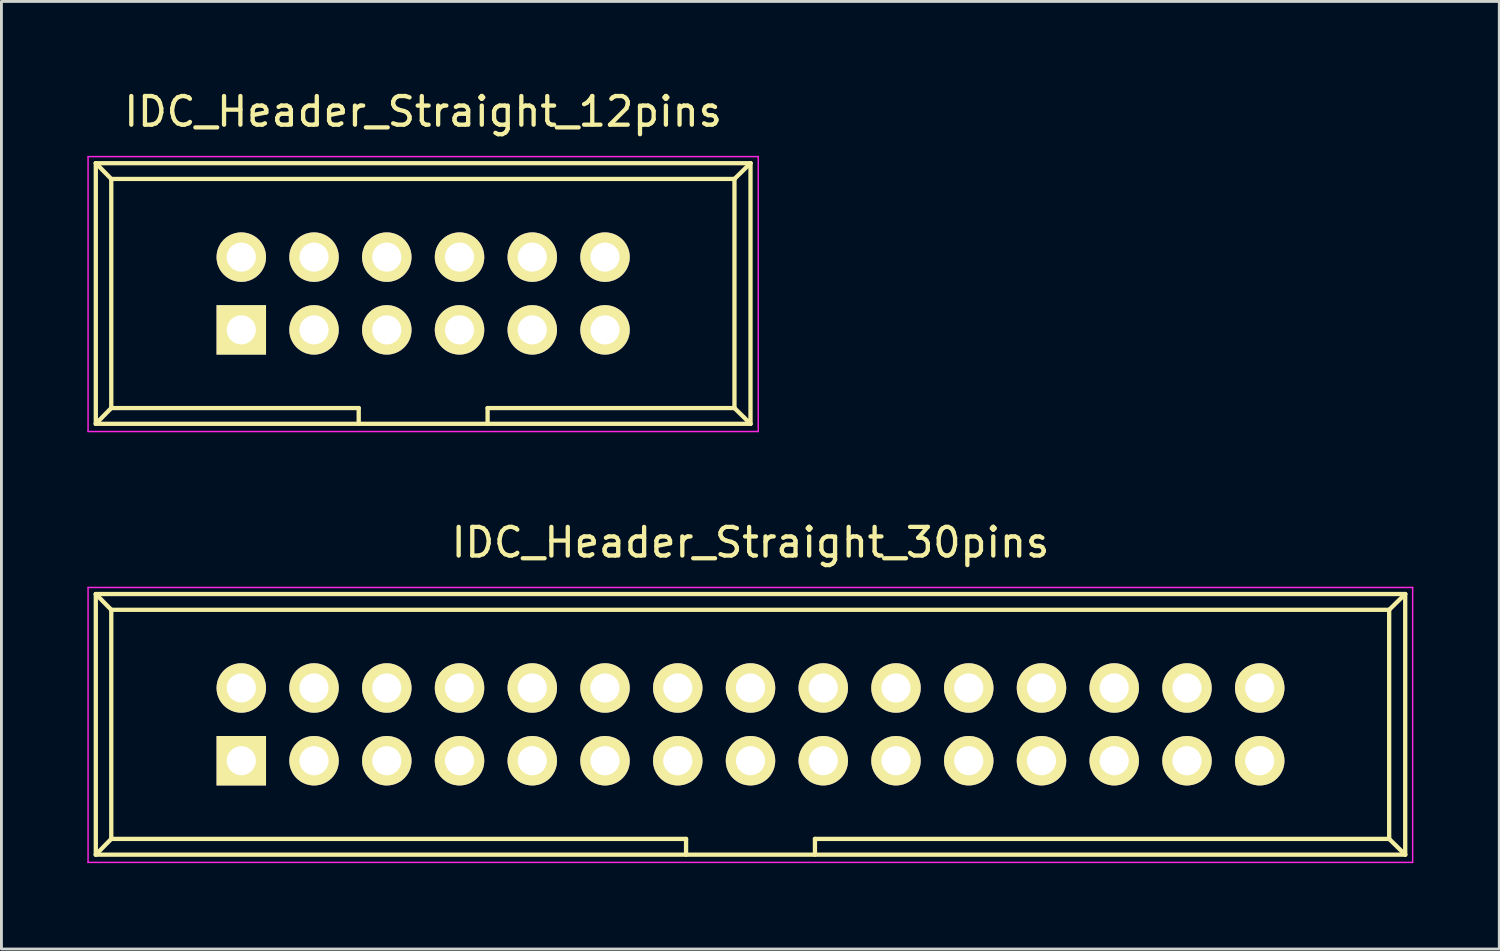
<source format=kicad_pcb>
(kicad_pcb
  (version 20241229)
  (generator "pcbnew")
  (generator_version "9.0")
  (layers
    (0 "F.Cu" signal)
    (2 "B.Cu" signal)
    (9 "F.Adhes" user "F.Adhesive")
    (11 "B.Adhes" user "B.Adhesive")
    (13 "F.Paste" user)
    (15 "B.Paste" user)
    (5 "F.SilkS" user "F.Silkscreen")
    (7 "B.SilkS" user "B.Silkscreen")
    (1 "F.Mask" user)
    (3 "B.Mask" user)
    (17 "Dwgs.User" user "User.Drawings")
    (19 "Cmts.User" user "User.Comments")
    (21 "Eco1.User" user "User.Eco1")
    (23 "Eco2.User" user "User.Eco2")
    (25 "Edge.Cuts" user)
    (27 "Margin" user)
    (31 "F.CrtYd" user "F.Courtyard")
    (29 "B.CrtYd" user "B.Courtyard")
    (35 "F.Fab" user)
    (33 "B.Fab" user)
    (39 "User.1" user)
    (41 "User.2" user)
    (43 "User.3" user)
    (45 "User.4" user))
  (footprint "IDC_Header_Straight_12pins"
    (layer "F.Cu")
    (at 5.375 8.468)
    (property "Reference" "IDC_Header_Straight_12pins" (at 6.35 -7.62 0) (layer "F.SilkS") (effects (font (size 1 1) (thickness 0.15))))
    (attr through_hole)
    (fp_line (start -5.08 -5.82) (end -5.08 3.28) (stroke (width 0.15) (type solid)) (layer "F.SilkS"))
    (fp_line (start -5.08 -5.82) (end -4.54 -5.27) (stroke (width 0.15) (type solid)) (layer "F.SilkS"))
    (fp_line (start -5.08 -5.82) (end 17.78 -5.82) (stroke (width 0.15) (type solid)) (layer "F.SilkS"))
    (fp_line (start -5.08 3.28) (end -4.54 2.73) (stroke (width 0.15) (type solid)) (layer "F.SilkS"))
    (fp_line (start -5.08 3.28) (end 17.78 3.28) (stroke (width 0.15) (type solid)) (layer "F.SilkS"))
    (fp_line (start -4.54 -5.27) (end -4.54 2.73) (stroke (width 0.15) (type solid)) (layer "F.SilkS"))
    (fp_line (start -4.54 -5.27) (end 17.22 -5.27) (stroke (width 0.15) (type solid)) (layer "F.SilkS"))
    (fp_line (start -4.54 2.73) (end 4.1 2.73) (stroke (width 0.15) (type solid)) (layer "F.SilkS"))
    (fp_line (start 4.1 2.73) (end 4.1 3.28) (stroke (width 0.15) (type solid)) (layer "F.SilkS"))
    (fp_line (start 8.6 2.73) (end 8.6 3.28) (stroke (width 0.15) (type solid)) (layer "F.SilkS"))
    (fp_line (start 8.6 2.73) (end 17.22 2.73) (stroke (width 0.15) (type solid)) (layer "F.SilkS"))
    (fp_line (start 17.22 -5.27) (end 17.22 2.73) (stroke (width 0.15) (type solid)) (layer "F.SilkS"))
    (fp_line (start 17.78 -5.82) (end 17.22 -5.27) (stroke (width 0.15) (type solid)) (layer "F.SilkS"))
    (fp_line (start 17.78 -5.82) (end 17.78 3.28) (stroke (width 0.15) (type solid)) (layer "F.SilkS"))
    (fp_line (start 17.78 3.28) (end 17.22 2.73) (stroke (width 0.15) (type solid)) (layer "F.SilkS"))
    (fp_line (start -5.35 -6.05) (end 18.05 -6.05) (stroke (width 0.05) (type solid)) (layer "F.CrtYd"))
    (fp_line (start -5.35 3.55) (end -5.35 -6.05) (stroke (width 0.05) (type solid)) (layer "F.CrtYd"))
    (fp_line (start 18.05 -6.05) (end 18.05 3.55) (stroke (width 0.05) (type solid)) (layer "F.CrtYd"))
    (fp_line (start 18.05 3.55) (end -5.35 3.55) (stroke (width 0.05) (type solid)) (layer "F.CrtYd"))
    (pad "1" thru_hole rect (at 0 0) (size 1.727 1.727) (drill 1.016) (layers "*.Cu" "*.Mask" "F.SilkS"))
    (pad "2" thru_hole oval (at 0 -2.54) (size 1.727 1.727) (drill 1.016) (layers "*.Cu" "*.Mask" "F.SilkS"))
    (pad "3" thru_hole oval (at 2.54 0) (size 1.727 1.727) (drill 1.016) (layers "*.Cu" "*.Mask" "F.SilkS"))
    (pad "4" thru_hole oval (at 2.54 -2.54) (size 1.727 1.727) (drill 1.016) (layers "*.Cu" "*.Mask" "F.SilkS"))
    (pad "5" thru_hole oval (at 5.08 0) (size 1.727 1.727) (drill 1.016) (layers "*.Cu" "*.Mask" "F.SilkS"))
    (pad "6" thru_hole oval (at 5.08 -2.54) (size 1.727 1.727) (drill 1.016) (layers "*.Cu" "*.Mask" "F.SilkS"))
    (pad "7" thru_hole oval (at 7.62 0) (size 1.727 1.727) (drill 1.016) (layers "*.Cu" "*.Mask" "F.SilkS"))
    (pad "8" thru_hole oval (at 7.62 -2.54) (size 1.727 1.727) (drill 1.016) (layers "*.Cu" "*.Mask" "F.SilkS"))
    (pad "9" thru_hole oval (at 10.16 0) (size 1.727 1.727) (drill 1.016) (layers "*.Cu" "*.Mask" "F.SilkS"))
    (pad "10" thru_hole oval (at 10.16 -2.54) (size 1.727 1.727) (drill 1.016) (layers "*.Cu" "*.Mask" "F.SilkS"))
    (pad "11" thru_hole oval (at 12.7 0) (size 1.727 1.727) (drill 1.016) (layers "*.Cu" "*.Mask" "F.SilkS"))
    (pad "12" thru_hole oval (at 12.7 -2.54) (size 1.727 1.727) (drill 1.016) (layers "*.Cu" "*.Mask" "F.SilkS")))
  (footprint "IDC_Header_Straight_30pins"
    (layer "F.Cu")
    (at 5.375 23.512)
    (property "Reference" "IDC_Header_Straight_30pins" (at 17.78 -7.62 0) (layer "F.SilkS") (effects (font (size 1 1) (thickness 0.15))))
    (attr through_hole)
    (fp_line (start -5.08 -5.82) (end -5.08 3.28) (stroke (width 0.15) (type solid)) (layer "F.SilkS"))
    (fp_line (start -5.08 -5.82) (end -4.54 -5.27) (stroke (width 0.15) (type solid)) (layer "F.SilkS"))
    (fp_line (start -5.08 -5.82) (end 40.64 -5.82) (stroke (width 0.15) (type solid)) (layer "F.SilkS"))
    (fp_line (start -5.08 3.28) (end -4.54 2.73) (stroke (width 0.15) (type solid)) (layer "F.SilkS"))
    (fp_line (start -5.08 3.28) (end 40.64 3.28) (stroke (width 0.15) (type solid)) (layer "F.SilkS"))
    (fp_line (start -4.54 -5.27) (end -4.54 2.73) (stroke (width 0.15) (type solid)) (layer "F.SilkS"))
    (fp_line (start -4.54 -5.27) (end 40.08 -5.27) (stroke (width 0.15) (type solid)) (layer "F.SilkS"))
    (fp_line (start -4.54 2.73) (end 15.53 2.73) (stroke (width 0.15) (type solid)) (layer "F.SilkS"))
    (fp_line (start 15.53 2.73) (end 15.53 3.28) (stroke (width 0.15) (type solid)) (layer "F.SilkS"))
    (fp_line (start 20.03 2.73) (end 20.03 3.28) (stroke (width 0.15) (type solid)) (layer "F.SilkS"))
    (fp_line (start 20.03 2.73) (end 40.08 2.73) (stroke (width 0.15) (type solid)) (layer "F.SilkS"))
    (fp_line (start 40.08 -5.27) (end 40.08 2.73) (stroke (width 0.15) (type solid)) (layer "F.SilkS"))
    (fp_line (start 40.64 -5.82) (end 40.08 -5.27) (stroke (width 0.15) (type solid)) (layer "F.SilkS"))
    (fp_line (start 40.64 -5.82) (end 40.64 3.28) (stroke (width 0.15) (type solid)) (layer "F.SilkS"))
    (fp_line (start 40.64 3.28) (end 40.08 2.73) (stroke (width 0.15) (type solid)) (layer "F.SilkS"))
    (fp_line (start -5.35 -6.05) (end 40.9 -6.05) (stroke (width 0.05) (type solid)) (layer "F.CrtYd"))
    (fp_line (start -5.35 3.55) (end -5.35 -6.05) (stroke (width 0.05) (type solid)) (layer "F.CrtYd"))
    (fp_line (start 40.9 -6.05) (end 40.9 3.55) (stroke (width 0.05) (type solid)) (layer "F.CrtYd"))
    (fp_line (start 40.9 3.55) (end -5.35 3.55) (stroke (width 0.05) (type solid)) (layer "F.CrtYd"))
    (pad "1" thru_hole rect (at 0 0) (size 1.727 1.727) (drill 1.016) (layers "*.Cu" "*.Mask" "F.SilkS"))
    (pad "2" thru_hole oval (at 0 -2.54) (size 1.727 1.727) (drill 1.016) (layers "*.Cu" "*.Mask" "F.SilkS"))
    (pad "3" thru_hole oval (at 2.54 0) (size 1.727 1.727) (drill 1.016) (layers "*.Cu" "*.Mask" "F.SilkS"))
    (pad "4" thru_hole oval (at 2.54 -2.54) (size 1.727 1.727) (drill 1.016) (layers "*.Cu" "*.Mask" "F.SilkS"))
    (pad "5" thru_hole oval (at 5.08 0) (size 1.727 1.727) (drill 1.016) (layers "*.Cu" "*.Mask" "F.SilkS"))
    (pad "6" thru_hole oval (at 5.08 -2.54) (size 1.727 1.727) (drill 1.016) (layers "*.Cu" "*.Mask" "F.SilkS"))
    (pad "7" thru_hole oval (at 7.62 0) (size 1.727 1.727) (drill 1.016) (layers "*.Cu" "*.Mask" "F.SilkS"))
    (pad "8" thru_hole oval (at 7.62 -2.54) (size 1.727 1.727) (drill 1.016) (layers "*.Cu" "*.Mask" "F.SilkS"))
    (pad "9" thru_hole oval (at 10.16 0) (size 1.727 1.727) (drill 1.016) (layers "*.Cu" "*.Mask" "F.SilkS"))
    (pad "10" thru_hole oval (at 10.16 -2.54) (size 1.727 1.727) (drill 1.016) (layers "*.Cu" "*.Mask" "F.SilkS"))
    (pad "11" thru_hole oval (at 12.7 0) (size 1.727 1.727) (drill 1.016) (layers "*.Cu" "*.Mask" "F.SilkS"))
    (pad "12" thru_hole oval (at 12.7 -2.54) (size 1.727 1.727) (drill 1.016) (layers "*.Cu" "*.Mask" "F.SilkS"))
    (pad "13" thru_hole oval (at 15.24 0) (size 1.727 1.727) (drill 1.016) (layers "*.Cu" "*.Mask" "F.SilkS"))
    (pad "14" thru_hole oval (at 15.24 -2.54) (size 1.727 1.727) (drill 1.016) (layers "*.Cu" "*.Mask" "F.SilkS"))
    (pad "15" thru_hole oval (at 17.78 0) (size 1.727 1.727) (drill 1.016) (layers "*.Cu" "*.Mask" "F.SilkS"))
    (pad "16" thru_hole oval (at 17.78 -2.54) (size 1.727 1.727) (drill 1.016) (layers "*.Cu" "*.Mask" "F.SilkS"))
    (pad "17" thru_hole oval (at 20.32 0) (size 1.727 1.727) (drill 1.016) (layers "*.Cu" "*.Mask" "F.SilkS"))
    (pad "18" thru_hole oval (at 20.32 -2.54) (size 1.727 1.727) (drill 1.016) (layers "*.Cu" "*.Mask" "F.SilkS"))
    (pad "19" thru_hole oval (at 22.86 0) (size 1.727 1.727) (drill 1.016) (layers "*.Cu" "*.Mask" "F.SilkS"))
    (pad "20" thru_hole oval (at 22.86 -2.54) (size 1.727 1.727) (drill 1.016) (layers "*.Cu" "*.Mask" "F.SilkS"))
    (pad "21" thru_hole oval (at 25.4 0) (size 1.727 1.727) (drill 1.016) (layers "*.Cu" "*.Mask" "F.SilkS"))
    (pad "22" thru_hole oval (at 25.4 -2.54) (size 1.727 1.727) (drill 1.016) (layers "*.Cu" "*.Mask" "F.SilkS"))
    (pad "23" thru_hole oval (at 27.94 0) (size 1.727 1.727) (drill 1.016) (layers "*.Cu" "*.Mask" "F.SilkS"))
    (pad "24" thru_hole oval (at 27.94 -2.54) (size 1.727 1.727) (drill 1.016) (layers "*.Cu" "*.Mask" "F.SilkS"))
    (pad "25" thru_hole oval (at 30.48 0) (size 1.727 1.727) (drill 1.016) (layers "*.Cu" "*.Mask" "F.SilkS"))
    (pad "26" thru_hole oval (at 30.48 -2.54) (size 1.727 1.727) (drill 1.016) (layers "*.Cu" "*.Mask" "F.SilkS"))
    (pad "27" thru_hole oval (at 33.02 0) (size 1.727 1.727) (drill 1.016) (layers "*.Cu" "*.Mask" "F.SilkS"))
    (pad "28" thru_hole oval (at 33.02 -2.54) (size 1.727 1.727) (drill 1.016) (layers "*.Cu" "*.Mask" "F.SilkS"))
    (pad "29" thru_hole oval (at 35.56 0) (size 1.727 1.727) (drill 1.016) (layers "*.Cu" "*.Mask" "F.SilkS"))
    (pad "30" thru_hole oval (at 35.56 -2.54) (size 1.727 1.727) (drill 1.016) (layers "*.Cu" "*.Mask" "F.SilkS")))
  (gr_rect
    (start -3 -3)
    (end 49.3 30.087)
    (stroke (width 0.1) (type default))
    (fill no)
    (layer "Edge.Cuts")))
</source>
